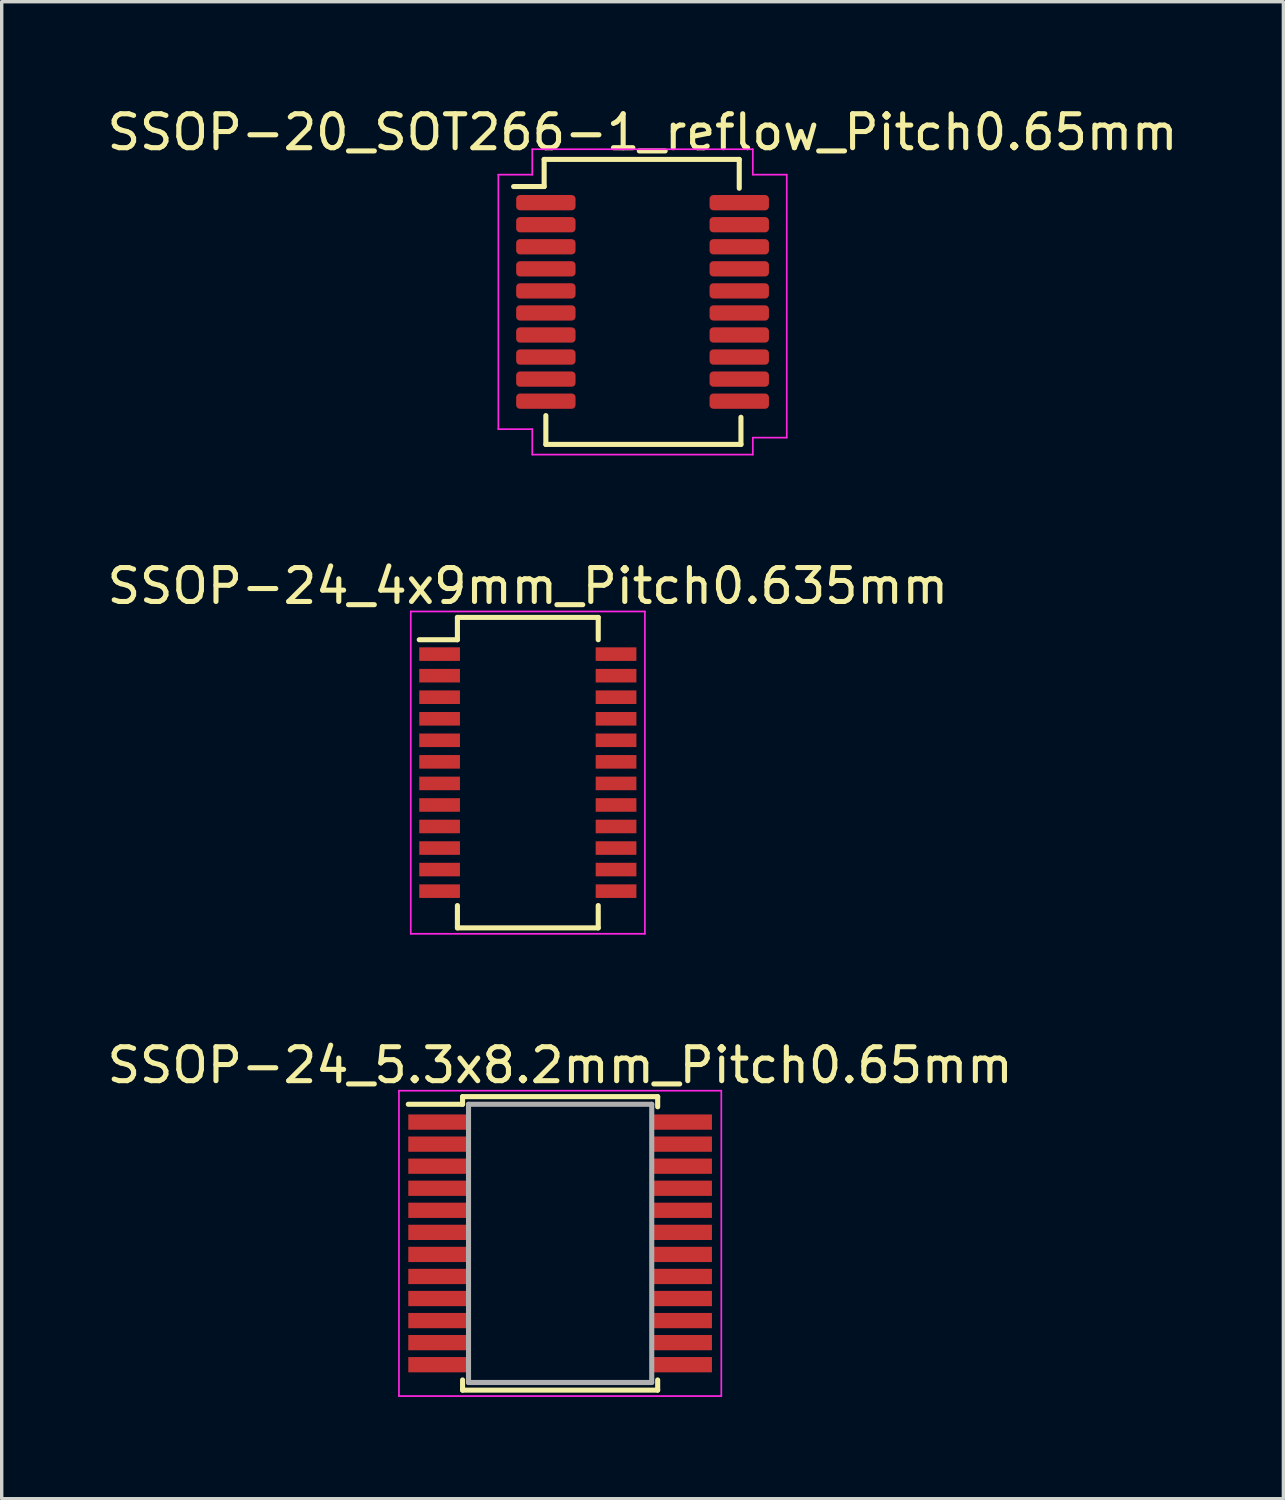
<source format=kicad_pcb>
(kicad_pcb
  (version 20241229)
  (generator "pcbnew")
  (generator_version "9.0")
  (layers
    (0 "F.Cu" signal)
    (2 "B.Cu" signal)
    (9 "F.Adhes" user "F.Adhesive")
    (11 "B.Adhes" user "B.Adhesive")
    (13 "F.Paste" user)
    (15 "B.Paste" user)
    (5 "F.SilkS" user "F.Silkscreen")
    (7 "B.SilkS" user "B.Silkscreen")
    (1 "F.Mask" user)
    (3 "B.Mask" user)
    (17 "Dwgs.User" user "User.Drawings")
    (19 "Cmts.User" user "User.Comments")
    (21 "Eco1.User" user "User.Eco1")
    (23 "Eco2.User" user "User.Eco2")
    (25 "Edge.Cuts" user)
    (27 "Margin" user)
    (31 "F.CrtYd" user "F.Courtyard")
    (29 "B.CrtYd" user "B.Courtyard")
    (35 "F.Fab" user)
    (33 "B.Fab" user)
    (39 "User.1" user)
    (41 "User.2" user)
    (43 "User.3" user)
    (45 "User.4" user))
  (footprint "SSOP-24_4x9mm_Pitch0.635mm"
    (layer "F.Cu")
    (at 12.506 19.721)
    (property "Reference" "SSOP-24_4x9mm_Pitch0.635mm" (at 0 -5.5 0) (layer "F.SilkS") (effects (font (size 1 1) (thickness 0.15))))
    (attr smd)
    (fp_line (start -2.075 -4.575) (end -2.075 -3.917) (stroke (width 0.15) (type solid)) (layer "F.SilkS"))
    (fp_line (start -2.075 -4.575) (end 2.075 -4.575) (stroke (width 0.15) (type solid)) (layer "F.SilkS"))
    (fp_line (start -2.075 -3.917) (end -3.2 -3.917) (stroke (width 0.15) (type solid)) (layer "F.SilkS"))
    (fp_line (start -2.075 4.575) (end -2.075 3.917) (stroke (width 0.15) (type solid)) (layer "F.SilkS"))
    (fp_line (start -2.075 4.575) (end 2.075 4.575) (stroke (width 0.15) (type solid)) (layer "F.SilkS"))
    (fp_line (start 2.075 -4.575) (end 2.075 -3.917) (stroke (width 0.15) (type solid)) (layer "F.SilkS"))
    (fp_line (start 2.075 4.575) (end 2.075 3.917) (stroke (width 0.15) (type solid)) (layer "F.SilkS"))
    (fp_line (start -3.45 -4.75) (end -3.45 4.75) (stroke (width 0.05) (type solid)) (layer "F.CrtYd"))
    (fp_line (start -3.45 -4.75) (end 3.45 -4.75) (stroke (width 0.05) (type solid)) (layer "F.CrtYd"))
    (fp_line (start -3.45 4.75) (end 3.45 4.75) (stroke (width 0.05) (type solid)) (layer "F.CrtYd"))
    (fp_line (start 3.45 -4.75) (end 3.45 4.75) (stroke (width 0.05) (type solid)) (layer "F.CrtYd"))
    (pad "1" smd rect (at -2.6 -3.493) (size 1.2 0.4) (layers "F.Cu" "F.Mask" "F.Paste"))
    (pad "2" smd rect (at -2.6 -2.857) (size 1.2 0.4) (layers "F.Cu" "F.Mask" "F.Paste"))
    (pad "3" smd rect (at -2.6 -2.223) (size 1.2 0.4) (layers "F.Cu" "F.Mask" "F.Paste"))
    (pad "4" smd rect (at -2.6 -1.587) (size 1.2 0.4) (layers "F.Cu" "F.Mask" "F.Paste"))
    (pad "5" smd rect (at -2.6 -0.953) (size 1.2 0.4) (layers "F.Cu" "F.Mask" "F.Paste"))
    (pad "6" smd rect (at -2.6 -0.318) (size 1.2 0.4) (layers "F.Cu" "F.Mask" "F.Paste"))
    (pad "7" smd rect (at -2.6 0.318) (size 1.2 0.4) (layers "F.Cu" "F.Mask" "F.Paste"))
    (pad "8" smd rect (at -2.6 0.953) (size 1.2 0.4) (layers "F.Cu" "F.Mask" "F.Paste"))
    (pad "9" smd rect (at -2.6 1.587) (size 1.2 0.4) (layers "F.Cu" "F.Mask" "F.Paste"))
    (pad "10" smd rect (at -2.6 2.223) (size 1.2 0.4) (layers "F.Cu" "F.Mask" "F.Paste"))
    (pad "11" smd rect (at -2.6 2.857) (size 1.2 0.4) (layers "F.Cu" "F.Mask" "F.Paste"))
    (pad "12" smd rect (at -2.6 3.493) (size 1.2 0.4) (layers "F.Cu" "F.Mask" "F.Paste"))
    (pad "13" smd rect (at 2.6 3.493) (size 1.2 0.4) (layers "F.Cu" "F.Mask" "F.Paste"))
    (pad "14" smd rect (at 2.6 2.857) (size 1.2 0.4) (layers "F.Cu" "F.Mask" "F.Paste"))
    (pad "15" smd rect (at 2.6 2.223) (size 1.2 0.4) (layers "F.Cu" "F.Mask" "F.Paste"))
    (pad "16" smd rect (at 2.6 1.587) (size 1.2 0.4) (layers "F.Cu" "F.Mask" "F.Paste"))
    (pad "17" smd rect (at 2.6 0.953) (size 1.2 0.4) (layers "F.Cu" "F.Mask" "F.Paste"))
    (pad "18" smd rect (at 2.6 0.318) (size 1.2 0.4) (layers "F.Cu" "F.Mask" "F.Paste"))
    (pad "19" smd rect (at 2.6 -0.318) (size 1.2 0.4) (layers "F.Cu" "F.Mask" "F.Paste"))
    (pad "20" smd rect (at 2.6 -0.953) (size 1.2 0.4) (layers "F.Cu" "F.Mask" "F.Paste"))
    (pad "21" smd rect (at 2.6 -1.587) (size 1.2 0.4) (layers "F.Cu" "F.Mask" "F.Paste"))
    (pad "22" smd rect (at 2.6 -2.223) (size 1.2 0.4) (layers "F.Cu" "F.Mask" "F.Paste"))
    (pad "23" smd rect (at 2.6 -2.857) (size 1.2 0.4) (layers "F.Cu" "F.Mask" "F.Paste"))
    (pad "24" smd rect (at 2.6 -3.493) (size 1.2 0.4) (layers "F.Cu" "F.Mask" "F.Paste")))
  (footprint "SSOP-24_5.3x8.2mm_Pitch0.65mm"
    (layer "F.Cu")
    (at 13.458 33.595)
    (property "Reference" "SSOP-24_5.3x8.2mm_Pitch0.65mm" (at 0 -5.25 0) (layer "F.SilkS") (effects (font (size 1 1) (thickness 0.15))))
    (attr smd)
    (fp_line (start -2.875 -4.325) (end -2.875 -4.1) (stroke (width 0.15) (type solid)) (layer "F.SilkS"))
    (fp_line (start -2.875 -4.325) (end 2.875 -4.325) (stroke (width 0.15) (type solid)) (layer "F.SilkS"))
    (fp_line (start -2.875 -4.1) (end -4.475 -4.1) (stroke (width 0.15) (type solid)) (layer "F.SilkS"))
    (fp_line (start -2.875 4.325) (end -2.875 4.025) (stroke (width 0.15) (type solid)) (layer "F.SilkS"))
    (fp_line (start -2.875 4.325) (end 2.875 4.325) (stroke (width 0.15) (type solid)) (layer "F.SilkS"))
    (fp_line (start 2.875 -4.325) (end 2.875 -4.025) (stroke (width 0.15) (type solid)) (layer "F.SilkS"))
    (fp_line (start 2.875 4.325) (end 2.875 4.025) (stroke (width 0.15) (type solid)) (layer "F.SilkS"))
    (fp_line (start -4.75 -4.5) (end -4.75 4.5) (stroke (width 0.05) (type solid)) (layer "F.CrtYd"))
    (fp_line (start -4.75 -4.5) (end 4.75 -4.5) (stroke (width 0.05) (type solid)) (layer "F.CrtYd"))
    (fp_line (start -4.75 4.5) (end 4.75 4.5) (stroke (width 0.05) (type solid)) (layer "F.CrtYd"))
    (fp_line (start 4.75 -4.5) (end 4.75 4.5) (stroke (width 0.05) (type solid)) (layer "F.CrtYd"))
    (fp_line (start -2.7 -4.1) (end 2.7 -4.1) (stroke (width 0.15) (type solid)) (layer "F.Fab"))
    (fp_line (start -2.7 4.1) (end -2.7 -4.1) (stroke (width 0.15) (type solid)) (layer "F.Fab"))
    (fp_line (start 2.7 -4.1) (end 2.7 4.1) (stroke (width 0.15) (type solid)) (layer "F.Fab"))
    (fp_line (start 2.7 4.1) (end -2.7 4.1) (stroke (width 0.15) (type solid)) (layer "F.Fab"))
    (pad "1" smd rect (at -3.6 -3.575) (size 1.75 0.45) (layers "F.Cu" "F.Mask" "F.Paste"))
    (pad "2" smd rect (at -3.6 -2.925) (size 1.75 0.45) (layers "F.Cu" "F.Mask" "F.Paste"))
    (pad "3" smd rect (at -3.6 -2.275) (size 1.75 0.45) (layers "F.Cu" "F.Mask" "F.Paste"))
    (pad "4" smd rect (at -3.6 -1.625) (size 1.75 0.45) (layers "F.Cu" "F.Mask" "F.Paste"))
    (pad "5" smd rect (at -3.6 -0.975) (size 1.75 0.45) (layers "F.Cu" "F.Mask" "F.Paste"))
    (pad "6" smd rect (at -3.6 -0.325) (size 1.75 0.45) (layers "F.Cu" "F.Mask" "F.Paste"))
    (pad "7" smd rect (at -3.6 0.325) (size 1.75 0.45) (layers "F.Cu" "F.Mask" "F.Paste"))
    (pad "8" smd rect (at -3.6 0.975) (size 1.75 0.45) (layers "F.Cu" "F.Mask" "F.Paste"))
    (pad "9" smd rect (at -3.6 1.625) (size 1.75 0.45) (layers "F.Cu" "F.Mask" "F.Paste"))
    (pad "10" smd rect (at -3.6 2.275) (size 1.75 0.45) (layers "F.Cu" "F.Mask" "F.Paste"))
    (pad "11" smd rect (at -3.6 2.925) (size 1.75 0.45) (layers "F.Cu" "F.Mask" "F.Paste"))
    (pad "12" smd rect (at -3.6 3.575) (size 1.75 0.45) (layers "F.Cu" "F.Mask" "F.Paste"))
    (pad "13" smd rect (at 3.6 3.575) (size 1.75 0.45) (layers "F.Cu" "F.Mask" "F.Paste"))
    (pad "14" smd rect (at 3.6 2.925) (size 1.75 0.45) (layers "F.Cu" "F.Mask" "F.Paste"))
    (pad "15" smd rect (at 3.6 2.275) (size 1.75 0.45) (layers "F.Cu" "F.Mask" "F.Paste"))
    (pad "16" smd rect (at 3.6 1.625) (size 1.75 0.45) (layers "F.Cu" "F.Mask" "F.Paste"))
    (pad "17" smd rect (at 3.6 0.975) (size 1.75 0.45) (layers "F.Cu" "F.Mask" "F.Paste"))
    (pad "18" smd rect (at 3.6 0.325) (size 1.75 0.45) (layers "F.Cu" "F.Mask" "F.Paste"))
    (pad "19" smd rect (at 3.6 -0.325) (size 1.75 0.45) (layers "F.Cu" "F.Mask" "F.Paste"))
    (pad "20" smd rect (at 3.6 -0.975) (size 1.75 0.45) (layers "F.Cu" "F.Mask" "F.Paste"))
    (pad "21" smd rect (at 3.6 -1.625) (size 1.75 0.45) (layers "F.Cu" "F.Mask" "F.Paste"))
    (pad "22" smd rect (at 3.6 -2.275) (size 1.75 0.45) (layers "F.Cu" "F.Mask" "F.Paste"))
    (pad "23" smd rect (at 3.6 -2.925) (size 1.75 0.45) (layers "F.Cu" "F.Mask" "F.Paste"))
    (pad "24" smd rect (at 3.6 -3.575) (size 1.75 0.45) (layers "F.Cu" "F.Mask" "F.Paste")))
  (footprint "SSOP-20_SOT266-1_reflow_Pitch0.65mm"
    (layer "F.Cu")
    (at 15.887 5.848)
    (property "Reference" "SSOP-20_SOT266-1_reflow_Pitch0.65mm" (at 0 -5 0) (layer "F.SilkS") (effects (font (size 1 1) (thickness 0.15))))
    (attr smd)
    (fp_line (start -2.9 -4.2) (end -2.9 -3.4) (stroke (width 0.15) (type solid)) (layer "F.SilkS"))
    (fp_line (start -2.9 -4.2) (end 2.85 -4.2) (stroke (width 0.15) (type solid)) (layer "F.SilkS"))
    (fp_line (start -2.9 -3.4) (end -3.8 -3.4) (stroke (width 0.15) (type solid)) (layer "F.SilkS"))
    (fp_line (start -2.85 4.2) (end -2.85 3.35) (stroke (width 0.15) (type solid)) (layer "F.SilkS"))
    (fp_line (start 2.85 -4.2) (end 2.85 -3.35) (stroke (width 0.15) (type solid)) (layer "F.SilkS"))
    (fp_line (start 2.9 4.2) (end -2.85 4.2) (stroke (width 0.15) (type solid)) (layer "F.SilkS"))
    (fp_line (start 2.9 4.2) (end 2.9 3.4) (stroke (width 0.15) (type solid)) (layer "F.SilkS"))
    (fp_line (start -4.25 -3.75) (end -4.25 3.75) (stroke (width 0.05) (type solid)) (layer "F.CrtYd"))
    (fp_line (start -4.25 -3.75) (end -3.25 -3.75) (stroke (width 0.05) (type solid)) (layer "F.CrtYd"))
    (fp_line (start -3.25 -4.5) (end 3.25 -4.5) (stroke (width 0.05) (type solid)) (layer "F.CrtYd"))
    (fp_line (start -3.25 -3.75) (end -3.25 -4.5) (stroke (width 0.05) (type solid)) (layer "F.CrtYd"))
    (fp_line (start -3.25 3.75) (end -4.25 3.75) (stroke (width 0.05) (type solid)) (layer "F.CrtYd"))
    (fp_line (start -3.25 3.75) (end -3.25 4.5) (stroke (width 0.05) (type solid)) (layer "F.CrtYd"))
    (fp_line (start 3.25 -3.75) (end 3.25 -4.5) (stroke (width 0.05) (type solid)) (layer "F.CrtYd"))
    (fp_line (start 3.25 -3.75) (end 4.25 -3.75) (stroke (width 0.05) (type solid)) (layer "F.CrtYd"))
    (fp_line (start 3.25 4) (end 3.25 4.5) (stroke (width 0.05) (type solid)) (layer "F.CrtYd"))
    (fp_line (start 3.25 4.5) (end -3.25 4.5) (stroke (width 0.05) (type solid)) (layer "F.CrtYd"))
    (fp_line (start 4.25 -3.75) (end 4.25 4) (stroke (width 0.05) (type solid)) (layer "F.CrtYd"))
    (fp_line (start 4.25 4) (end 3.25 4) (stroke (width 0.05) (type solid)) (layer "F.CrtYd"))
    (pad "1" smd roundrect (at -2.85 -2.925) (size 1.75 0.45) (layers "F.Cu" "F.Mask" "F.Paste") (roundrect_rratio 0.25))
    (pad "2" smd roundrect (at -2.85 -2.275) (size 1.75 0.45) (layers "F.Cu" "F.Mask" "F.Paste") (roundrect_rratio 0.25))
    (pad "3" smd roundrect (at -2.85 -1.625) (size 1.75 0.45) (layers "F.Cu" "F.Mask" "F.Paste") (roundrect_rratio 0.25))
    (pad "4" smd roundrect (at -2.85 -0.975) (size 1.75 0.45) (layers "F.Cu" "F.Mask" "F.Paste") (roundrect_rratio 0.25))
    (pad "5" smd roundrect (at -2.85 -0.325) (size 1.75 0.45) (layers "F.Cu" "F.Mask" "F.Paste") (roundrect_rratio 0.25))
    (pad "6" smd roundrect (at -2.85 0.325) (size 1.75 0.45) (layers "F.Cu" "F.Mask" "F.Paste") (roundrect_rratio 0.25))
    (pad "7" smd roundrect (at -2.85 0.975) (size 1.75 0.45) (layers "F.Cu" "F.Mask" "F.Paste") (roundrect_rratio 0.25))
    (pad "8" smd roundrect (at -2.85 1.625) (size 1.75 0.45) (layers "F.Cu" "F.Mask" "F.Paste") (roundrect_rratio 0.25))
    (pad "9" smd roundrect (at -2.85 2.275) (size 1.75 0.45) (layers "F.Cu" "F.Mask" "F.Paste") (roundrect_rratio 0.25))
    (pad "10" smd roundrect (at -2.85 2.925) (size 1.75 0.45) (layers "F.Cu" "F.Mask" "F.Paste") (roundrect_rratio 0.25))
    (pad "11" smd roundrect (at 2.85 2.925) (size 1.75 0.45) (layers "F.Cu" "F.Mask" "F.Paste") (roundrect_rratio 0.25))
    (pad "12" smd roundrect (at 2.85 2.275) (size 1.75 0.45) (layers "F.Cu" "F.Mask" "F.Paste") (roundrect_rratio 0.25))
    (pad "13" smd roundrect (at 2.85 1.625) (size 1.75 0.45) (layers "F.Cu" "F.Mask" "F.Paste") (roundrect_rratio 0.25))
    (pad "14" smd roundrect (at 2.85 0.975) (size 1.75 0.45) (layers "F.Cu" "F.Mask" "F.Paste") (roundrect_rratio 0.25))
    (pad "15" smd roundrect (at 2.85 0.325) (size 1.75 0.45) (layers "F.Cu" "F.Mask" "F.Paste") (roundrect_rratio 0.25))
    (pad "16" smd roundrect (at 2.85 -0.325) (size 1.75 0.45) (layers "F.Cu" "F.Mask" "F.Paste") (roundrect_rratio 0.25))
    (pad "17" smd roundrect (at 2.85 -0.975) (size 1.75 0.45) (layers "F.Cu" "F.Mask" "F.Paste") (roundrect_rratio 0.25))
    (pad "18" smd roundrect (at 2.85 -1.625) (size 1.75 0.45) (layers "F.Cu" "F.Mask" "F.Paste") (roundrect_rratio 0.25))
    (pad "19" smd roundrect (at 2.85 -2.275) (size 1.75 0.45) (layers "F.Cu" "F.Mask" "F.Paste") (roundrect_rratio 0.25))
    (pad "20" smd roundrect (at 2.85 -2.925) (size 1.75 0.45) (layers "F.Cu" "F.Mask" "F.Paste") (roundrect_rratio 0.25)))
  (gr_rect
    (start -3 -3)
    (end 34.774 41.12)
    (stroke (width 0.1) (type default))
    (fill no)
    (layer "Edge.Cuts")))
</source>
